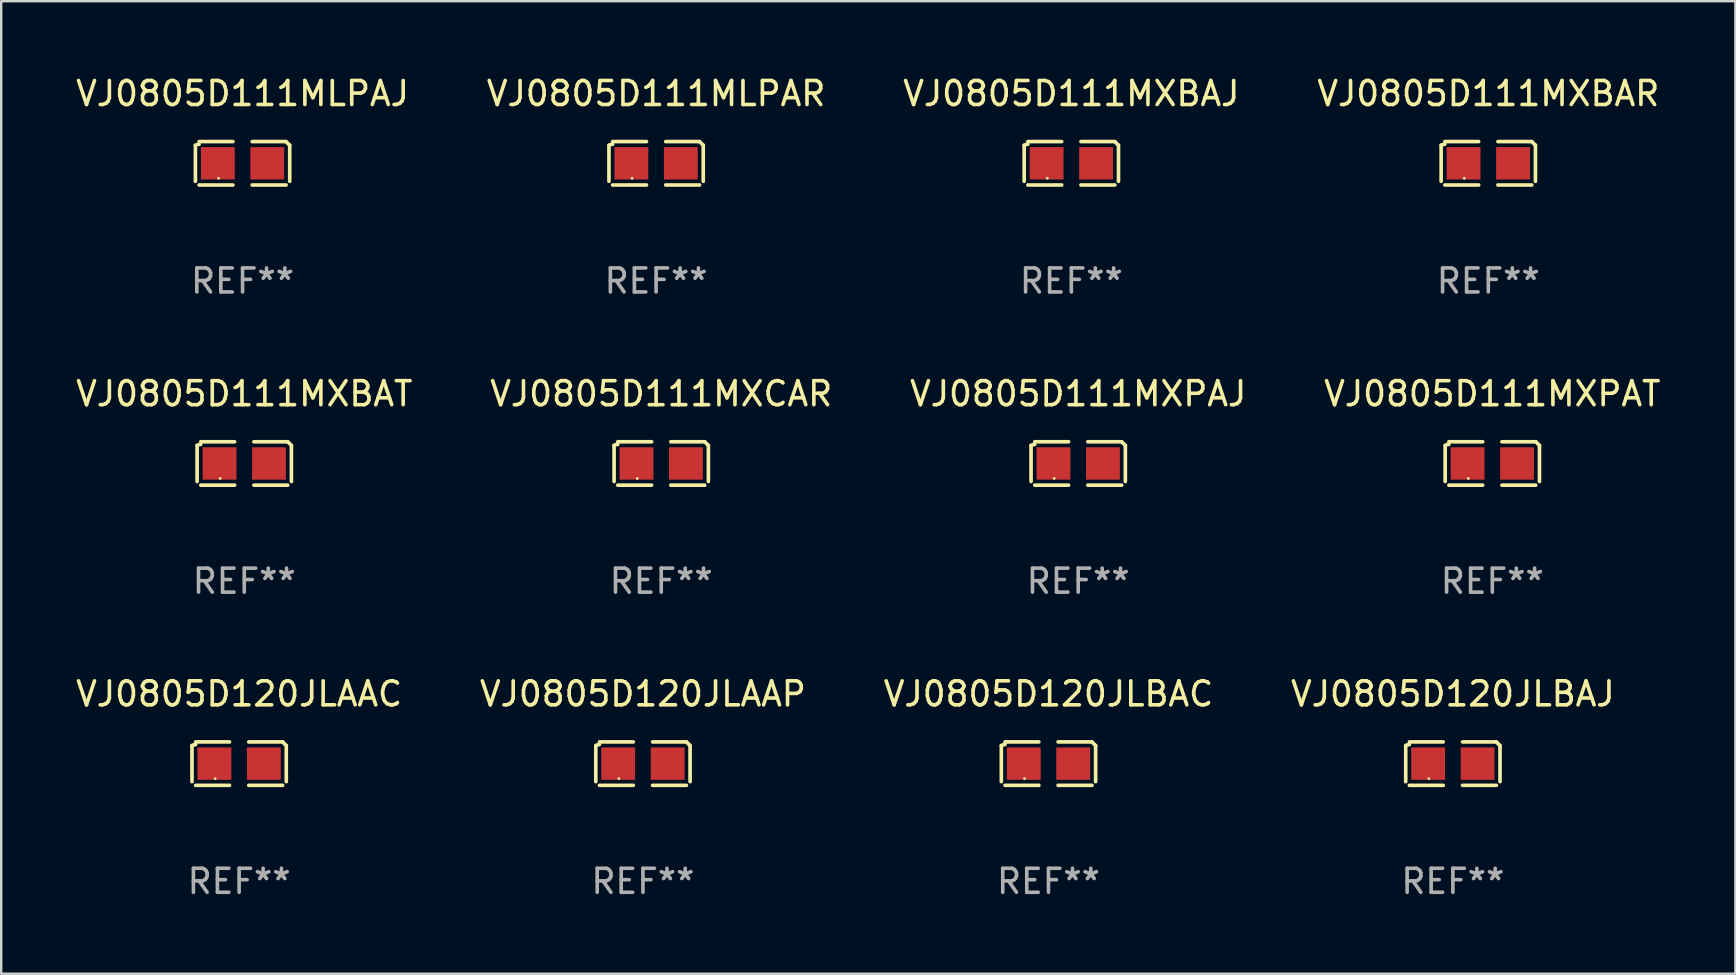
<source format=kicad_pcb>
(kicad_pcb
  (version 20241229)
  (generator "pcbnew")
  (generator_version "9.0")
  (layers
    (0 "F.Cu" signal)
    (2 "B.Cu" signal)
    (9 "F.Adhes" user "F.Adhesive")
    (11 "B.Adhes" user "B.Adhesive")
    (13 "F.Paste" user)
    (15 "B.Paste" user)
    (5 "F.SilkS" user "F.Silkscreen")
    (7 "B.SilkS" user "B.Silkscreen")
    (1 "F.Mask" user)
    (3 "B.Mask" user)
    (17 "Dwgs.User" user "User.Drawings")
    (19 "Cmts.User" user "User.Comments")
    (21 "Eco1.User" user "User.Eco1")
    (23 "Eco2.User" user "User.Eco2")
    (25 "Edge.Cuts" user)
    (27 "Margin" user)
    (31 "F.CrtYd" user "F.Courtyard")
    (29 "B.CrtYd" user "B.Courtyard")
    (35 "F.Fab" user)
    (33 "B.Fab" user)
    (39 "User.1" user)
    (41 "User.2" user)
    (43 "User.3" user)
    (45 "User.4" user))
  (footprint "VJ0805D111MXPAJ"
    (layer "F.Cu")
    (at 41.863 16.256)
    (property "Reference" "VJ0805D111MXPAJ" (at 0 -2.904 0) (layer "F.SilkS") (effects (font (size 1 1) (thickness 0.15))))
    (attr through_hole)
    (fp_line (start -1.964 0.751) (end -1.964 -0.751) (stroke (width 0.152) (type solid)) (layer "F.SilkS"))
    (fp_line (start -1.811 -0.904) (end -0.401 -0.904) (stroke (width 0.152) (type solid)) (layer "F.SilkS"))
    (fp_line (start -0.401 0.904) (end -1.811 0.904) (stroke (width 0.152) (type solid)) (layer "F.SilkS"))
    (fp_line (start 0.401 0.904) (end 1.811 0.904) (stroke (width 0.152) (type solid)) (layer "F.SilkS"))
    (fp_line (start 1.811 -0.904) (end 0.401 -0.904) (stroke (width 0.152) (type solid)) (layer "F.SilkS"))
    (fp_line (start 1.964 0.751) (end 1.964 -0.751) (stroke (width 0.152) (type solid)) (layer "F.SilkS"))
    (fp_arc (start -1.963602 -0.751207) (mid -1.890354 -0.783131) (end -1.811201 -0.794044) (stroke (width 0.1524) (type solid)) (layer "F.SilkS"))
    (fp_arc (start 1.811202 -0.903607) (mid 1.887413 -0.827418) (end 1.963602 -0.751207) (stroke (width 0.1524) (type solid)) (layer "F.SilkS"))
    (fp_circle (center -1 0.625) (end -0.97 0.625) (stroke (width 0.06) (type solid)) (fill no) (layer "F.SilkS"))
    (fp_text user "REF**" (at 0 4.904 0) (layer "F.Fab") (effects (font (size 1 1) (thickness 0.15))))
    (pad "1" smd rect (at -1.03 0) (size 1.41 1.35) (layers "F.Cu" "F.Mask" "F.Paste"))
    (pad "2" smd rect (at 1.03 0) (size 1.41 1.35) (layers "F.Cu" "F.Mask" "F.Paste")))
  (footprint "VJ0805D111MLPAR"
    (layer "F.Cu")
    (at 24.28 3.752)
    (property "Reference" "VJ0805D111MLPAR" (at 0 -2.904 0) (layer "F.SilkS") (effects (font (size 1 1) (thickness 0.15))))
    (attr through_hole)
    (fp_line (start -1.964 0.751) (end -1.964 -0.751) (stroke (width 0.152) (type solid)) (layer "F.SilkS"))
    (fp_line (start -1.811 -0.904) (end -0.401 -0.904) (stroke (width 0.152) (type solid)) (layer "F.SilkS"))
    (fp_line (start -0.401 0.904) (end -1.811 0.904) (stroke (width 0.152) (type solid)) (layer "F.SilkS"))
    (fp_line (start 0.401 0.904) (end 1.811 0.904) (stroke (width 0.152) (type solid)) (layer "F.SilkS"))
    (fp_line (start 1.811 -0.904) (end 0.401 -0.904) (stroke (width 0.152) (type solid)) (layer "F.SilkS"))
    (fp_line (start 1.964 0.751) (end 1.964 -0.751) (stroke (width 0.152) (type solid)) (layer "F.SilkS"))
    (fp_arc (start -1.963602 -0.751207) (mid -1.890354 -0.783131) (end -1.811201 -0.794044) (stroke (width 0.1524) (type solid)) (layer "F.SilkS"))
    (fp_arc (start 1.811202 -0.903607) (mid 1.887413 -0.827418) (end 1.963602 -0.751207) (stroke (width 0.1524) (type solid)) (layer "F.SilkS"))
    (fp_circle (center -1 0.625) (end -0.97 0.625) (stroke (width 0.06) (type solid)) (fill no) (layer "F.SilkS"))
    (fp_text user "REF**" (at 0 4.904 0) (layer "F.Fab") (effects (font (size 1 1) (thickness 0.15))))
    (pad "1" smd rect (at -1.03 0) (size 1.41 1.35) (layers "F.Cu" "F.Mask" "F.Paste"))
    (pad "2" smd rect (at 1.03 0) (size 1.41 1.35) (layers "F.Cu" "F.Mask" "F.Paste")))
  (footprint "VJ0805D111MXPAT"
    (layer "F.Cu")
    (at 59.113 16.256)
    (property "Reference" "VJ0805D111MXPAT" (at 0 -2.904 0) (layer "F.SilkS") (effects (font (size 1 1) (thickness 0.15))))
    (attr through_hole)
    (fp_line (start -1.964 0.751) (end -1.964 -0.751) (stroke (width 0.152) (type solid)) (layer "F.SilkS"))
    (fp_line (start -1.811 -0.904) (end -0.401 -0.904) (stroke (width 0.152) (type solid)) (layer "F.SilkS"))
    (fp_line (start -0.401 0.904) (end -1.811 0.904) (stroke (width 0.152) (type solid)) (layer "F.SilkS"))
    (fp_line (start 0.401 0.904) (end 1.811 0.904) (stroke (width 0.152) (type solid)) (layer "F.SilkS"))
    (fp_line (start 1.811 -0.904) (end 0.401 -0.904) (stroke (width 0.152) (type solid)) (layer "F.SilkS"))
    (fp_line (start 1.964 0.751) (end 1.964 -0.751) (stroke (width 0.152) (type solid)) (layer "F.SilkS"))
    (fp_arc (start -1.963602 -0.751207) (mid -1.890354 -0.783131) (end -1.811201 -0.794044) (stroke (width 0.1524) (type solid)) (layer "F.SilkS"))
    (fp_arc (start 1.811202 -0.903607) (mid 1.887413 -0.827418) (end 1.963602 -0.751207) (stroke (width 0.1524) (type solid)) (layer "F.SilkS"))
    (fp_circle (center -1 0.625) (end -0.97 0.625) (stroke (width 0.06) (type solid)) (fill no) (layer "F.SilkS"))
    (fp_text user "REF**" (at 0 4.904 0) (layer "F.Fab") (effects (font (size 1 1) (thickness 0.15))))
    (pad "1" smd rect (at -1.03 0) (size 1.41 1.35) (layers "F.Cu" "F.Mask" "F.Paste"))
    (pad "2" smd rect (at 1.03 0) (size 1.41 1.35) (layers "F.Cu" "F.Mask" "F.Paste")))
  (footprint "VJ0805D111MXBAT"
    (layer "F.Cu")
    (at 7.125 16.256)
    (property "Reference" "VJ0805D111MXBAT" (at 0 -2.904 0) (layer "F.SilkS") (effects (font (size 1 1) (thickness 0.15))))
    (attr through_hole)
    (fp_line (start -1.964 0.751) (end -1.964 -0.751) (stroke (width 0.152) (type solid)) (layer "F.SilkS"))
    (fp_line (start -1.811 -0.904) (end -0.401 -0.904) (stroke (width 0.152) (type solid)) (layer "F.SilkS"))
    (fp_line (start -0.401 0.904) (end -1.811 0.904) (stroke (width 0.152) (type solid)) (layer "F.SilkS"))
    (fp_line (start 0.401 0.904) (end 1.811 0.904) (stroke (width 0.152) (type solid)) (layer "F.SilkS"))
    (fp_line (start 1.811 -0.904) (end 0.401 -0.904) (stroke (width 0.152) (type solid)) (layer "F.SilkS"))
    (fp_line (start 1.964 0.751) (end 1.964 -0.751) (stroke (width 0.152) (type solid)) (layer "F.SilkS"))
    (fp_arc (start -1.963602 -0.751207) (mid -1.890354 -0.783131) (end -1.811201 -0.794044) (stroke (width 0.1524) (type solid)) (layer "F.SilkS"))
    (fp_arc (start 1.811202 -0.903607) (mid 1.887413 -0.827418) (end 1.963602 -0.751207) (stroke (width 0.1524) (type solid)) (layer "F.SilkS"))
    (fp_circle (center -1 0.625) (end -0.97 0.625) (stroke (width 0.06) (type solid)) (fill no) (layer "F.SilkS"))
    (fp_text user "REF**" (at 0 4.904 0) (layer "F.Fab") (effects (font (size 1 1) (thickness 0.15))))
    (pad "1" smd rect (at -1.03 0) (size 1.41 1.35) (layers "F.Cu" "F.Mask" "F.Paste"))
    (pad "2" smd rect (at 1.03 0) (size 1.41 1.35) (layers "F.Cu" "F.Mask" "F.Paste")))
  (footprint "VJ0805D111MLPAJ"
    (layer "F.Cu")
    (at 7.054 3.752)
    (property "Reference" "VJ0805D111MLPAJ" (at 0 -2.904 0) (layer "F.SilkS") (effects (font (size 1 1) (thickness 0.15))))
    (attr through_hole)
    (fp_line (start -1.964 0.751) (end -1.964 -0.751) (stroke (width 0.152) (type solid)) (layer "F.SilkS"))
    (fp_line (start -1.811 -0.904) (end -0.401 -0.904) (stroke (width 0.152) (type solid)) (layer "F.SilkS"))
    (fp_line (start -0.401 0.904) (end -1.811 0.904) (stroke (width 0.152) (type solid)) (layer "F.SilkS"))
    (fp_line (start 0.401 0.904) (end 1.811 0.904) (stroke (width 0.152) (type solid)) (layer "F.SilkS"))
    (fp_line (start 1.811 -0.904) (end 0.401 -0.904) (stroke (width 0.152) (type solid)) (layer "F.SilkS"))
    (fp_line (start 1.964 0.751) (end 1.964 -0.751) (stroke (width 0.152) (type solid)) (layer "F.SilkS"))
    (fp_arc (start -1.963602 -0.751207) (mid -1.890354 -0.783131) (end -1.811201 -0.794044) (stroke (width 0.1524) (type solid)) (layer "F.SilkS"))
    (fp_arc (start 1.811202 -0.903607) (mid 1.887413 -0.827418) (end 1.963602 -0.751207) (stroke (width 0.1524) (type solid)) (layer "F.SilkS"))
    (fp_circle (center -1 0.625) (end -0.97 0.625) (stroke (width 0.06) (type solid)) (fill no) (layer "F.SilkS"))
    (fp_text user "REF**" (at 0 4.904 0) (layer "F.Fab") (effects (font (size 1 1) (thickness 0.15))))
    (pad "1" smd rect (at -1.03 0) (size 1.41 1.35) (layers "F.Cu" "F.Mask" "F.Paste"))
    (pad "2" smd rect (at 1.03 0) (size 1.41 1.35) (layers "F.Cu" "F.Mask" "F.Paste")))
  (footprint "VJ0805D120JLBAJ"
    (layer "F.Cu")
    (at 57.47 28.759)
    (property "Reference" "VJ0805D120JLBAJ" (at 0 -2.904 0) (layer "F.SilkS") (effects (font (size 1 1) (thickness 0.15))))
    (attr through_hole)
    (fp_line (start -1.964 0.751) (end -1.964 -0.751) (stroke (width 0.152) (type solid)) (layer "F.SilkS"))
    (fp_line (start -1.811 -0.904) (end -0.401 -0.904) (stroke (width 0.152) (type solid)) (layer "F.SilkS"))
    (fp_line (start -0.401 0.904) (end -1.811 0.904) (stroke (width 0.152) (type solid)) (layer "F.SilkS"))
    (fp_line (start 0.401 0.904) (end 1.811 0.904) (stroke (width 0.152) (type solid)) (layer "F.SilkS"))
    (fp_line (start 1.811 -0.904) (end 0.401 -0.904) (stroke (width 0.152) (type solid)) (layer "F.SilkS"))
    (fp_line (start 1.964 0.751) (end 1.964 -0.751) (stroke (width 0.152) (type solid)) (layer "F.SilkS"))
    (fp_arc (start -1.963602 -0.751207) (mid -1.890354 -0.783131) (end -1.811201 -0.794044) (stroke (width 0.1524) (type solid)) (layer "F.SilkS"))
    (fp_arc (start 1.811202 -0.903607) (mid 1.887413 -0.827418) (end 1.963602 -0.751207) (stroke (width 0.1524) (type solid)) (layer "F.SilkS"))
    (fp_circle (center -1 0.625) (end -0.97 0.625) (stroke (width 0.06) (type solid)) (fill no) (layer "F.SilkS"))
    (fp_text user "REF**" (at 0 4.904 0) (layer "F.Fab") (effects (font (size 1 1) (thickness 0.15))))
    (pad "1" smd rect (at -1.03 0) (size 1.41 1.35) (layers "F.Cu" "F.Mask" "F.Paste"))
    (pad "2" smd rect (at 1.03 0) (size 1.41 1.35) (layers "F.Cu" "F.Mask" "F.Paste")))
  (footprint "VJ0805D120JLBAC"
    (layer "F.Cu")
    (at 40.625 28.759)
    (property "Reference" "VJ0805D120JLBAC" (at 0 -2.904 0) (layer "F.SilkS") (effects (font (size 1 1) (thickness 0.15))))
    (attr through_hole)
    (fp_line (start -1.964 0.751) (end -1.964 -0.751) (stroke (width 0.152) (type solid)) (layer "F.SilkS"))
    (fp_line (start -1.811 -0.904) (end -0.401 -0.904) (stroke (width 0.152) (type solid)) (layer "F.SilkS"))
    (fp_line (start -0.401 0.904) (end -1.811 0.904) (stroke (width 0.152) (type solid)) (layer "F.SilkS"))
    (fp_line (start 0.401 0.904) (end 1.811 0.904) (stroke (width 0.152) (type solid)) (layer "F.SilkS"))
    (fp_line (start 1.811 -0.904) (end 0.401 -0.904) (stroke (width 0.152) (type solid)) (layer "F.SilkS"))
    (fp_line (start 1.964 0.751) (end 1.964 -0.751) (stroke (width 0.152) (type solid)) (layer "F.SilkS"))
    (fp_arc (start -1.963602 -0.751207) (mid -1.890354 -0.783131) (end -1.811201 -0.794044) (stroke (width 0.1524) (type solid)) (layer "F.SilkS"))
    (fp_arc (start 1.811202 -0.903607) (mid 1.887413 -0.827418) (end 1.963602 -0.751207) (stroke (width 0.1524) (type solid)) (layer "F.SilkS"))
    (fp_circle (center -1 0.625) (end -0.97 0.625) (stroke (width 0.06) (type solid)) (fill no) (layer "F.SilkS"))
    (fp_text user "REF**" (at 0 4.904 0) (layer "F.Fab") (effects (font (size 1 1) (thickness 0.15))))
    (pad "1" smd rect (at -1.03 0) (size 1.41 1.35) (layers "F.Cu" "F.Mask" "F.Paste"))
    (pad "2" smd rect (at 1.03 0) (size 1.41 1.35) (layers "F.Cu" "F.Mask" "F.Paste")))
  (footprint "VJ0805D111MXCAR"
    (layer "F.Cu")
    (at 24.494 16.256)
    (property "Reference" "VJ0805D111MXCAR" (at 0 -2.904 0) (layer "F.SilkS") (effects (font (size 1 1) (thickness 0.15))))
    (attr through_hole)
    (fp_line (start -1.964 0.751) (end -1.964 -0.751) (stroke (width 0.152) (type solid)) (layer "F.SilkS"))
    (fp_line (start -1.811 -0.904) (end -0.401 -0.904) (stroke (width 0.152) (type solid)) (layer "F.SilkS"))
    (fp_line (start -0.401 0.904) (end -1.811 0.904) (stroke (width 0.152) (type solid)) (layer "F.SilkS"))
    (fp_line (start 0.401 0.904) (end 1.811 0.904) (stroke (width 0.152) (type solid)) (layer "F.SilkS"))
    (fp_line (start 1.811 -0.904) (end 0.401 -0.904) (stroke (width 0.152) (type solid)) (layer "F.SilkS"))
    (fp_line (start 1.964 0.751) (end 1.964 -0.751) (stroke (width 0.152) (type solid)) (layer "F.SilkS"))
    (fp_arc (start -1.963602 -0.751207) (mid -1.890354 -0.783131) (end -1.811201 -0.794044) (stroke (width 0.1524) (type solid)) (layer "F.SilkS"))
    (fp_arc (start 1.811202 -0.903607) (mid 1.887413 -0.827418) (end 1.963602 -0.751207) (stroke (width 0.1524) (type solid)) (layer "F.SilkS"))
    (fp_circle (center -1 0.625) (end -0.97 0.625) (stroke (width 0.06) (type solid)) (fill no) (layer "F.SilkS"))
    (fp_text user "REF**" (at 0 4.904 0) (layer "F.Fab") (effects (font (size 1 1) (thickness 0.15))))
    (pad "1" smd rect (at -1.03 0) (size 1.41 1.35) (layers "F.Cu" "F.Mask" "F.Paste"))
    (pad "2" smd rect (at 1.03 0) (size 1.41 1.35) (layers "F.Cu" "F.Mask" "F.Paste")))
  (footprint "VJ0805D111MXBAR"
    (layer "F.Cu")
    (at 58.946 3.752)
    (property "Reference" "VJ0805D111MXBAR" (at 0 -2.904 0) (layer "F.SilkS") (effects (font (size 1 1) (thickness 0.15))))
    (attr through_hole)
    (fp_line (start -1.964 0.751) (end -1.964 -0.751) (stroke (width 0.152) (type solid)) (layer "F.SilkS"))
    (fp_line (start -1.811 -0.904) (end -0.401 -0.904) (stroke (width 0.152) (type solid)) (layer "F.SilkS"))
    (fp_line (start -0.401 0.904) (end -1.811 0.904) (stroke (width 0.152) (type solid)) (layer "F.SilkS"))
    (fp_line (start 0.401 0.904) (end 1.811 0.904) (stroke (width 0.152) (type solid)) (layer "F.SilkS"))
    (fp_line (start 1.811 -0.904) (end 0.401 -0.904) (stroke (width 0.152) (type solid)) (layer "F.SilkS"))
    (fp_line (start 1.964 0.751) (end 1.964 -0.751) (stroke (width 0.152) (type solid)) (layer "F.SilkS"))
    (fp_arc (start -1.963602 -0.751207) (mid -1.890354 -0.783131) (end -1.811201 -0.794044) (stroke (width 0.1524) (type solid)) (layer "F.SilkS"))
    (fp_arc (start 1.811202 -0.903607) (mid 1.887413 -0.827418) (end 1.963602 -0.751207) (stroke (width 0.1524) (type solid)) (layer "F.SilkS"))
    (fp_circle (center -1 0.625) (end -0.97 0.625) (stroke (width 0.06) (type solid)) (fill no) (layer "F.SilkS"))
    (fp_text user "REF**" (at 0 4.904 0) (layer "F.Fab") (effects (font (size 1 1) (thickness 0.15))))
    (pad "1" smd rect (at -1.03 0) (size 1.41 1.35) (layers "F.Cu" "F.Mask" "F.Paste"))
    (pad "2" smd rect (at 1.03 0) (size 1.41 1.35) (layers "F.Cu" "F.Mask" "F.Paste")))
  (footprint "VJ0805D120JLAAC"
    (layer "F.Cu")
    (at 6.911 28.759)
    (property "Reference" "VJ0805D120JLAAC" (at 0 -2.904 0) (layer "F.SilkS") (effects (font (size 1 1) (thickness 0.15))))
    (attr through_hole)
    (fp_line (start -1.964 0.751) (end -1.964 -0.751) (stroke (width 0.152) (type solid)) (layer "F.SilkS"))
    (fp_line (start -1.811 -0.904) (end -0.401 -0.904) (stroke (width 0.152) (type solid)) (layer "F.SilkS"))
    (fp_line (start -0.401 0.904) (end -1.811 0.904) (stroke (width 0.152) (type solid)) (layer "F.SilkS"))
    (fp_line (start 0.401 0.904) (end 1.811 0.904) (stroke (width 0.152) (type solid)) (layer "F.SilkS"))
    (fp_line (start 1.811 -0.904) (end 0.401 -0.904) (stroke (width 0.152) (type solid)) (layer "F.SilkS"))
    (fp_line (start 1.964 0.751) (end 1.964 -0.751) (stroke (width 0.152) (type solid)) (layer "F.SilkS"))
    (fp_arc (start -1.963602 -0.751207) (mid -1.890354 -0.783131) (end -1.811201 -0.794044) (stroke (width 0.1524) (type solid)) (layer "F.SilkS"))
    (fp_arc (start 1.811202 -0.903607) (mid 1.887413 -0.827418) (end 1.963602 -0.751207) (stroke (width 0.1524) (type solid)) (layer "F.SilkS"))
    (fp_circle (center -1 0.625) (end -0.97 0.625) (stroke (width 0.06) (type solid)) (fill no) (layer "F.SilkS"))
    (fp_text user "REF**" (at 0 4.904 0) (layer "F.Fab") (effects (font (size 1 1) (thickness 0.15))))
    (pad "1" smd rect (at -1.03 0) (size 1.41 1.35) (layers "F.Cu" "F.Mask" "F.Paste"))
    (pad "2" smd rect (at 1.03 0) (size 1.41 1.35) (layers "F.Cu" "F.Mask" "F.Paste")))
  (footprint "VJ0805D111MXBAJ"
    (layer "F.Cu")
    (at 41.577 3.752)
    (property "Reference" "VJ0805D111MXBAJ" (at 0 -2.904 0) (layer "F.SilkS") (effects (font (size 1 1) (thickness 0.15))))
    (attr through_hole)
    (fp_line (start -1.964 0.751) (end -1.964 -0.751) (stroke (width 0.152) (type solid)) (layer "F.SilkS"))
    (fp_line (start -1.811 -0.904) (end -0.401 -0.904) (stroke (width 0.152) (type solid)) (layer "F.SilkS"))
    (fp_line (start -0.401 0.904) (end -1.811 0.904) (stroke (width 0.152) (type solid)) (layer "F.SilkS"))
    (fp_line (start 0.401 0.904) (end 1.811 0.904) (stroke (width 0.152) (type solid)) (layer "F.SilkS"))
    (fp_line (start 1.811 -0.904) (end 0.401 -0.904) (stroke (width 0.152) (type solid)) (layer "F.SilkS"))
    (fp_line (start 1.964 0.751) (end 1.964 -0.751) (stroke (width 0.152) (type solid)) (layer "F.SilkS"))
    (fp_arc (start -1.963602 -0.751207) (mid -1.890354 -0.783131) (end -1.811201 -0.794044) (stroke (width 0.1524) (type solid)) (layer "F.SilkS"))
    (fp_arc (start 1.811202 -0.903607) (mid 1.887413 -0.827418) (end 1.963602 -0.751207) (stroke (width 0.1524) (type solid)) (layer "F.SilkS"))
    (fp_circle (center -1 0.625) (end -0.97 0.625) (stroke (width 0.06) (type solid)) (fill no) (layer "F.SilkS"))
    (fp_text user "REF**" (at 0 4.904 0) (layer "F.Fab") (effects (font (size 1 1) (thickness 0.15))))
    (pad "1" smd rect (at -1.03 0) (size 1.41 1.35) (layers "F.Cu" "F.Mask" "F.Paste"))
    (pad "2" smd rect (at 1.03 0) (size 1.41 1.35) (layers "F.Cu" "F.Mask" "F.Paste")))
  (footprint "VJ0805D120JLAAP"
    (layer "F.Cu")
    (at 23.732 28.759)
    (property "Reference" "VJ0805D120JLAAP" (at 0 -2.904 0) (layer "F.SilkS") (effects (font (size 1 1) (thickness 0.15))))
    (attr through_hole)
    (fp_line (start -1.964 0.751) (end -1.964 -0.751) (stroke (width 0.152) (type solid)) (layer "F.SilkS"))
    (fp_line (start -1.811 -0.904) (end -0.401 -0.904) (stroke (width 0.152) (type solid)) (layer "F.SilkS"))
    (fp_line (start -0.401 0.904) (end -1.811 0.904) (stroke (width 0.152) (type solid)) (layer "F.SilkS"))
    (fp_line (start 0.401 0.904) (end 1.811 0.904) (stroke (width 0.152) (type solid)) (layer "F.SilkS"))
    (fp_line (start 1.811 -0.904) (end 0.401 -0.904) (stroke (width 0.152) (type solid)) (layer "F.SilkS"))
    (fp_line (start 1.964 0.751) (end 1.964 -0.751) (stroke (width 0.152) (type solid)) (layer "F.SilkS"))
    (fp_arc (start -1.963602 -0.751207) (mid -1.890354 -0.783131) (end -1.811201 -0.794044) (stroke (width 0.1524) (type solid)) (layer "F.SilkS"))
    (fp_arc (start 1.811202 -0.903607) (mid 1.887413 -0.827418) (end 1.963602 -0.751207) (stroke (width 0.1524) (type solid)) (layer "F.SilkS"))
    (fp_circle (center -1 0.625) (end -0.97 0.625) (stroke (width 0.06) (type solid)) (fill no) (layer "F.SilkS"))
    (fp_text user "REF**" (at 0 4.904 0) (layer "F.Fab") (effects (font (size 1 1) (thickness 0.15))))
    (pad "1" smd rect (at -1.03 0) (size 1.41 1.35) (layers "F.Cu" "F.Mask" "F.Paste"))
    (pad "2" smd rect (at 1.03 0) (size 1.41 1.35) (layers "F.Cu" "F.Mask" "F.Paste")))
  (gr_rect
    (start -3 -3)
    (end 69.238 37.511)
    (stroke (width 0.1) (type default))
    (fill no)
    (layer "Edge.Cuts")))
</source>
